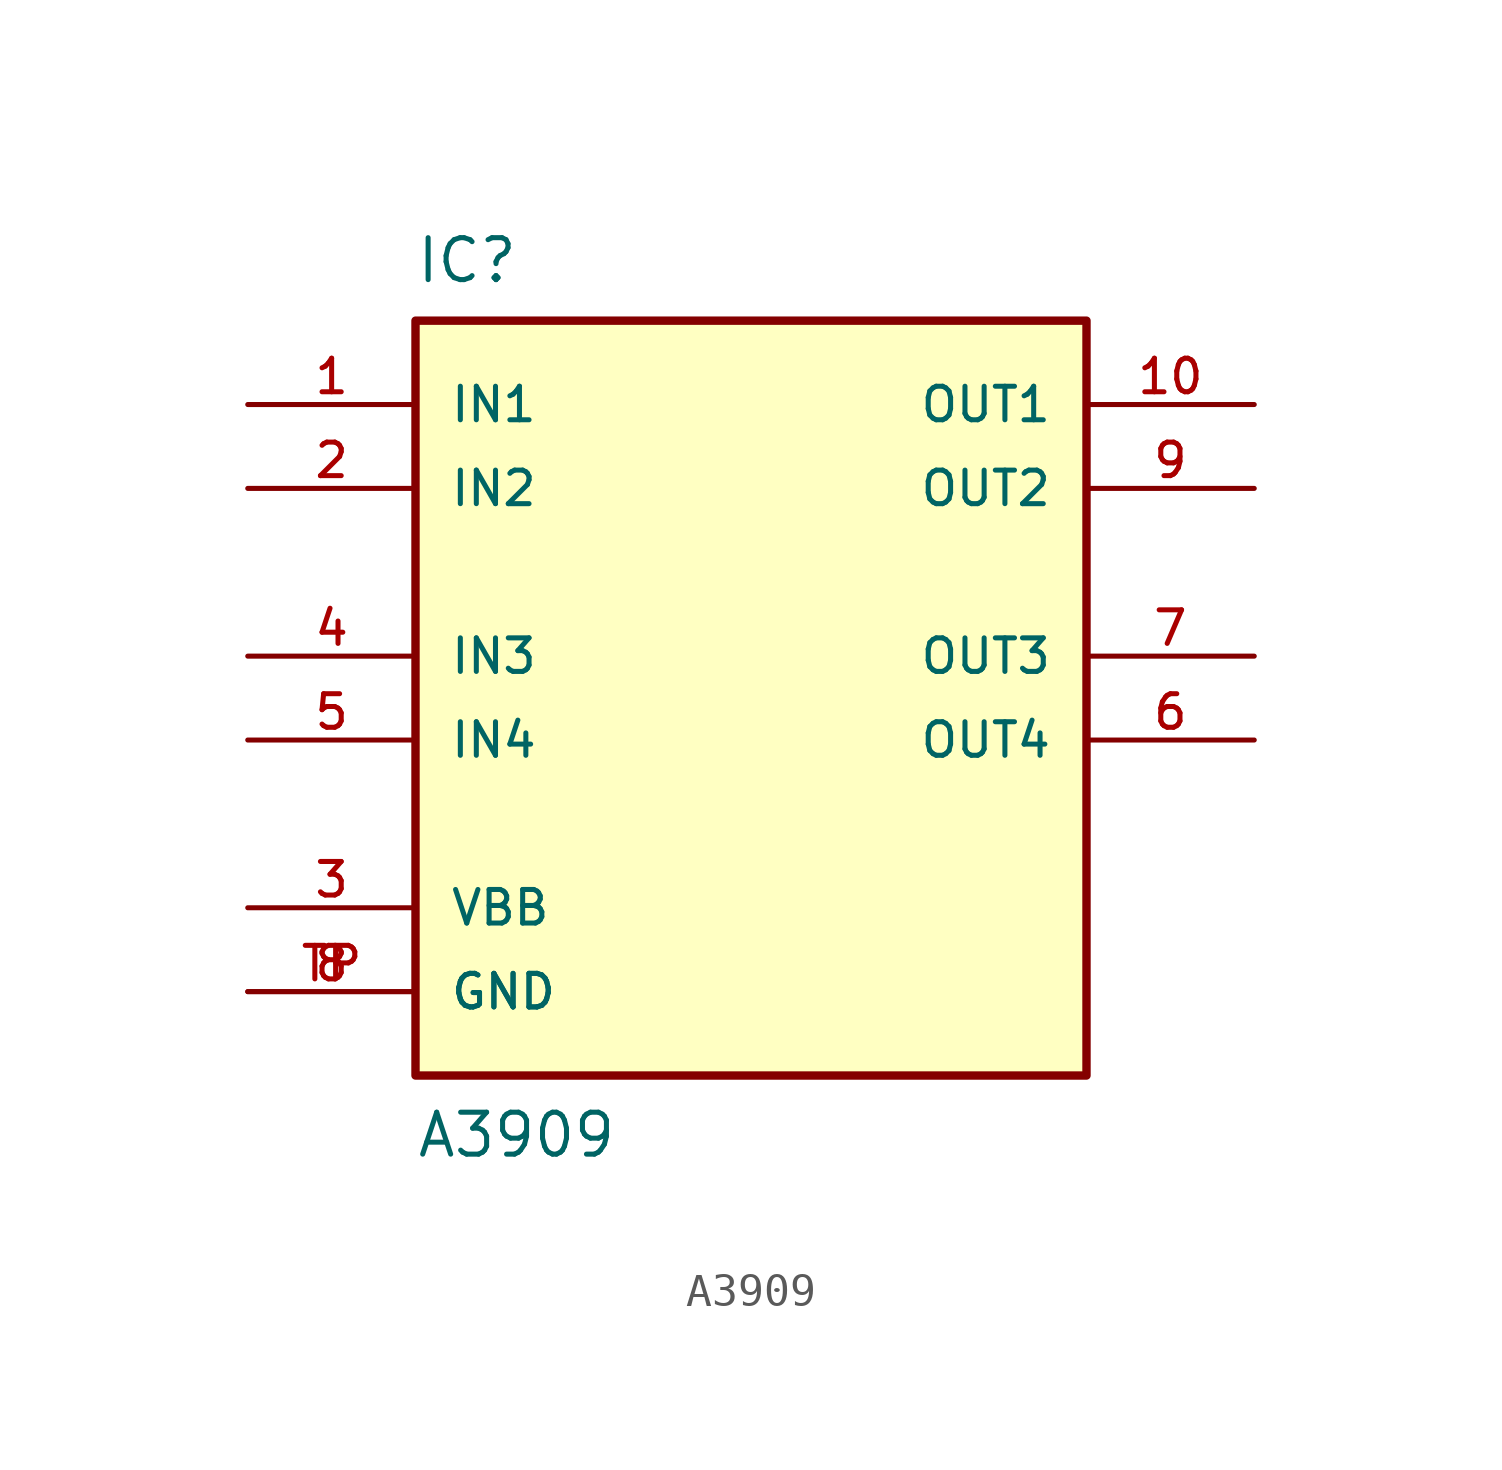
<source format=kicad_sym>
(kicad_symbol_lib
  (version 20211014)
  (generator kicad_symbol_editor)
  (symbol "A3909"
    (pin_names
      (offset 1.016))
    (property "Reference" "IC"
      (at -10.18 12.725 0)
      (effects (font (size 1.27 1.27)) (justify top left)))
    (property "Value" "A3909"
      (at -10.163 -15.244 0)
      (effects (font (size 1.27 1.27)) (justify bottom left)))
    (symbol "A3909_0_0"
      (rectangle (start -10.16 -12.7) (end 10.16 10.16) (stroke (width 0.254)) (fill (type background)))
      (pin bidirectional line (at -15.24 7.62 0) (length 5.08) (name "IN1" (effects (font (size 1.016 1.016)))) (number "1" (effects (font (size 1.016 1.016)))))
      (pin bidirectional line (at -15.24 5.08 0) (length 5.08) (name "IN2" (effects (font (size 1.016 1.016)))) (number "2" (effects (font (size 1.016 1.016)))))
      (pin bidirectional line (at -15.24 0.0 0) (length 5.08) (name "IN3" (effects (font (size 1.016 1.016)))) (number "4" (effects (font (size 1.016 1.016)))))
      (pin bidirectional line (at -15.24 -2.54 0) (length 5.08) (name "IN4" (effects (font (size 1.016 1.016)))) (number "5" (effects (font (size 1.016 1.016)))))
      (pin passive line (at 15.24 -2.54 180.0) (length 5.08) (name "OUT4" (effects (font (size 1.016 1.016)))) (number "6" (effects (font (size 1.016 1.016)))))
      (pin passive line (at 15.24 0.0 180.0) (length 5.08) (name "OUT3" (effects (font (size 1.016 1.016)))) (number "7" (effects (font (size 1.016 1.016)))))
      (pin passive line (at 15.24 5.08 180.0) (length 5.08) (name "OUT2" (effects (font (size 1.016 1.016)))) (number "9" (effects (font (size 1.016 1.016)))))
      (pin passive line (at 15.24 7.62 180.0) (length 5.08) (name "OUT1" (effects (font (size 1.016 1.016)))) (number "10" (effects (font (size 1.016 1.016)))))
      (pin power_in line (at -15.24 -10.16 0) (length 5.08) (name "GND" (effects (font (size 1.016 1.016)))) (number "8" (effects (font (size 1.016 1.016)))))
      (pin power_in line (at -15.24 -10.16 0) (length 5.08) (name "GND" (effects (font (size 1.016 1.016)))) (number "TP" (effects (font (size 1.016 1.016)))))
      (pin power_in line (at -15.24 -7.62 0) (length 5.08) (name "VBB" (effects (font (size 1.016 1.016)))) (number "3" (effects (font (size 1.016 1.016))))))))
</source>
